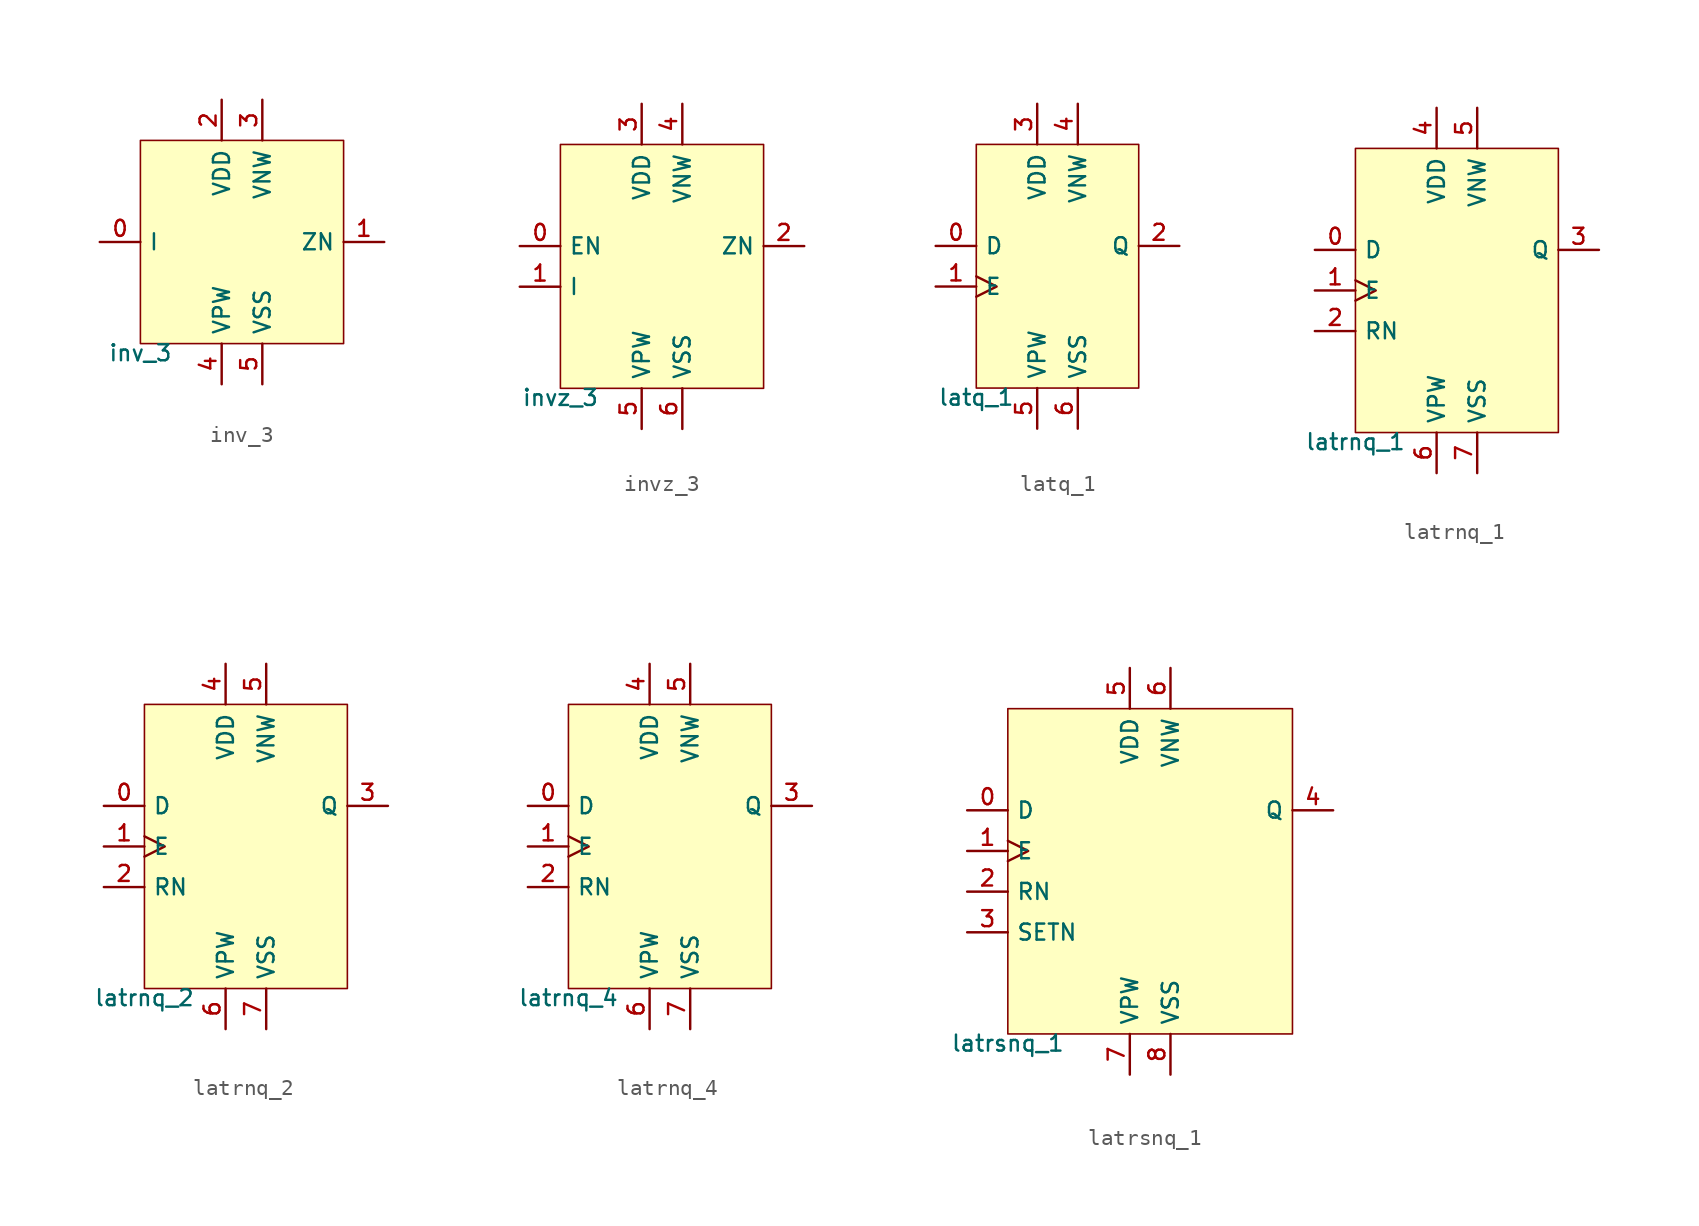
<source format=kicad_sym>
(kicad_symbol_lib
  (version 20211014)
  (generator pdk2kicad)
  (symbol "inv_3"
    (property "Reference" "X"
      (at 0 0 0)
      (effects (font (size 1 1)) hide))
    (property "Value" "inv_3"
      (at -6.35 -6.35 0)
      (effects (font (size 1 1)) (justify top)))
    (rectangle
      (start -6.35 -6.35)
      (end 6.35 6.35)
      (stroke (width 0.1) (type solid) (color 0 0 0 0))
      (fill (type background)))
    (pin input line
      (at -8.89 -4.440892098500626e-16 0)
      (length 2.54)
      (name "I" (effects (font (size 1 1)) hide))
      (number "0" (effects (font (size 1 1)) hide)))
    (pin output line
      (at 8.89 -4.440892098500626e-16 180)
      (length 2.54)
      (name "ZN" (effects (font (size 1 1)) hide))
      (number "1" (effects (font (size 1 1)) hide)))
    (pin power_in line
      (at -1.27 8.89 270)
      (length 2.54)
      (name "VDD" (effects (font (size 1 1)) hide))
      (number "2" (effects (font (size 1 1)) hide)))
    (pin power_in line
      (at 1.27 8.89 270)
      (length 2.54)
      (name "VNW" (effects (font (size 1 1)) hide))
      (number "3" (effects (font (size 1 1)) hide)))
    (pin power_in line
      (at -1.27 -8.89 90)
      (length 2.54)
      (name "VPW" (effects (font (size 1 1)) hide))
      (number "4" (effects (font (size 1 1)) hide)))
    (pin power_in line
      (at 1.27 -8.89 90)
      (length 2.54)
      (name "VSS" (effects (font (size 1 1)) hide))
      (number "5" (effects (font (size 1 1)) hide))))
  (symbol "invz_3"
    (property "Reference" "X"
      (at 0 0 0)
      (effects (font (size 1 1)) hide))
    (property "Value" "invz_3"
      (at -6.35 -7.62 0)
      (effects (font (size 1 1)) (justify top)))
    (rectangle
      (start -6.35 -7.62)
      (end 6.35 7.62)
      (stroke (width 0.1) (type solid) (color 0 0 0 0))
      (fill (type background)))
    (pin input line
      (at -8.89 1.27 0)
      (length 2.54)
      (name "EN" (effects (font (size 1 1)) hide))
      (number "0" (effects (font (size 1 1)) hide)))
    (pin input line
      (at -8.89 -1.27 0)
      (length 2.54)
      (name "I" (effects (font (size 1 1)) hide))
      (number "1" (effects (font (size 1 1)) hide)))
    (pin output line
      (at 8.89 1.27 180)
      (length 2.54)
      (name "ZN" (effects (font (size 1 1)) hide))
      (number "2" (effects (font (size 1 1)) hide)))
    (pin power_in line
      (at -1.27 10.16 270)
      (length 2.54)
      (name "VDD" (effects (font (size 1 1)) hide))
      (number "3" (effects (font (size 1 1)) hide)))
    (pin power_in line
      (at 1.27 10.16 270)
      (length 2.54)
      (name "VNW" (effects (font (size 1 1)) hide))
      (number "4" (effects (font (size 1 1)) hide)))
    (pin power_in line
      (at -1.27 -10.16 90)
      (length 2.54)
      (name "VPW" (effects (font (size 1 1)) hide))
      (number "5" (effects (font (size 1 1)) hide)))
    (pin power_in line
      (at 1.27 -10.16 90)
      (length 2.54)
      (name "VSS" (effects (font (size 1 1)) hide))
      (number "6" (effects (font (size 1 1)) hide))))
  (symbol "latq_1"
    (property "Reference" "X"
      (at 0 0 0)
      (effects (font (size 1 1)) hide))
    (property "Value" "latq_1"
      (at -5.08 -7.62 0)
      (effects (font (size 1 1)) (justify top)))
    (rectangle
      (start -5.08 -7.62)
      (end 5.08 7.62)
      (stroke (width 0.1) (type solid) (color 0 0 0 0))
      (fill (type background)))
    (pin input line
      (at -7.62 1.27 0)
      (length 2.54)
      (name "D" (effects (font (size 1 1)) hide))
      (number "0" (effects (font (size 1 1)) hide)))
    (pin input clock
      (at -7.62 -1.27 0)
      (length 2.54)
      (name "E" (effects (font (size 1 1)) hide))
      (number "1" (effects (font (size 1 1)) hide)))
    (pin output line
      (at 7.62 1.27 180)
      (length 2.54)
      (name "Q" (effects (font (size 1 1)) hide))
      (number "2" (effects (font (size 1 1)) hide)))
    (pin power_in line
      (at -1.27 10.16 270)
      (length 2.54)
      (name "VDD" (effects (font (size 1 1)) hide))
      (number "3" (effects (font (size 1 1)) hide)))
    (pin power_in line
      (at 1.27 10.16 270)
      (length 2.54)
      (name "VNW" (effects (font (size 1 1)) hide))
      (number "4" (effects (font (size 1 1)) hide)))
    (pin power_in line
      (at -1.27 -10.16 90)
      (length 2.54)
      (name "VPW" (effects (font (size 1 1)) hide))
      (number "5" (effects (font (size 1 1)) hide)))
    (pin power_in line
      (at 1.27 -10.16 90)
      (length 2.54)
      (name "VSS" (effects (font (size 1 1)) hide))
      (number "6" (effects (font (size 1 1)) hide))))
  (symbol "latrnq_1"
    (property "Reference" "X"
      (at 0 0 0)
      (effects (font (size 1 1)) hide))
    (property "Value" "latrnq_1"
      (at -6.35 -8.89 0)
      (effects (font (size 1 1)) (justify top)))
    (rectangle
      (start -6.35 -8.89)
      (end 6.35 8.89)
      (stroke (width 0.1) (type solid) (color 0 0 0 0))
      (fill (type background)))
    (pin input line
      (at -8.89 2.54 0)
      (length 2.54)
      (name "D" (effects (font (size 1 1)) hide))
      (number "0" (effects (font (size 1 1)) hide)))
    (pin input clock
      (at -8.89 4.440892098500626e-16 0)
      (length 2.54)
      (name "E" (effects (font (size 1 1)) hide))
      (number "1" (effects (font (size 1 1)) hide)))
    (pin input line
      (at -8.89 -2.54 0)
      (length 2.54)
      (name "RN" (effects (font (size 1 1)) hide))
      (number "2" (effects (font (size 1 1)) hide)))
    (pin output line
      (at 8.89 2.54 180)
      (length 2.54)
      (name "Q" (effects (font (size 1 1)) hide))
      (number "3" (effects (font (size 1 1)) hide)))
    (pin power_in line
      (at -1.27 11.43 270)
      (length 2.54)
      (name "VDD" (effects (font (size 1 1)) hide))
      (number "4" (effects (font (size 1 1)) hide)))
    (pin power_in line
      (at 1.27 11.43 270)
      (length 2.54)
      (name "VNW" (effects (font (size 1 1)) hide))
      (number "5" (effects (font (size 1 1)) hide)))
    (pin power_in line
      (at -1.27 -11.43 90)
      (length 2.54)
      (name "VPW" (effects (font (size 1 1)) hide))
      (number "6" (effects (font (size 1 1)) hide)))
    (pin power_in line
      (at 1.27 -11.43 90)
      (length 2.54)
      (name "VSS" (effects (font (size 1 1)) hide))
      (number "7" (effects (font (size 1 1)) hide))))
  (symbol "latrnq_2"
    (property "Reference" "X"
      (at 0 0 0)
      (effects (font (size 1 1)) hide))
    (property "Value" "latrnq_2"
      (at -6.35 -8.89 0)
      (effects (font (size 1 1)) (justify top)))
    (rectangle
      (start -6.35 -8.89)
      (end 6.35 8.89)
      (stroke (width 0.1) (type solid) (color 0 0 0 0))
      (fill (type background)))
    (pin input line
      (at -8.89 2.54 0)
      (length 2.54)
      (name "D" (effects (font (size 1 1)) hide))
      (number "0" (effects (font (size 1 1)) hide)))
    (pin input clock
      (at -8.89 4.440892098500626e-16 0)
      (length 2.54)
      (name "E" (effects (font (size 1 1)) hide))
      (number "1" (effects (font (size 1 1)) hide)))
    (pin input line
      (at -8.89 -2.54 0)
      (length 2.54)
      (name "RN" (effects (font (size 1 1)) hide))
      (number "2" (effects (font (size 1 1)) hide)))
    (pin output line
      (at 8.89 2.54 180)
      (length 2.54)
      (name "Q" (effects (font (size 1 1)) hide))
      (number "3" (effects (font (size 1 1)) hide)))
    (pin power_in line
      (at -1.27 11.43 270)
      (length 2.54)
      (name "VDD" (effects (font (size 1 1)) hide))
      (number "4" (effects (font (size 1 1)) hide)))
    (pin power_in line
      (at 1.27 11.43 270)
      (length 2.54)
      (name "VNW" (effects (font (size 1 1)) hide))
      (number "5" (effects (font (size 1 1)) hide)))
    (pin power_in line
      (at -1.27 -11.43 90)
      (length 2.54)
      (name "VPW" (effects (font (size 1 1)) hide))
      (number "6" (effects (font (size 1 1)) hide)))
    (pin power_in line
      (at 1.27 -11.43 90)
      (length 2.54)
      (name "VSS" (effects (font (size 1 1)) hide))
      (number "7" (effects (font (size 1 1)) hide))))
  (symbol "latrnq_4"
    (property "Reference" "X"
      (at 0 0 0)
      (effects (font (size 1 1)) hide))
    (property "Value" "latrnq_4"
      (at -6.35 -8.89 0)
      (effects (font (size 1 1)) (justify top)))
    (rectangle
      (start -6.35 -8.89)
      (end 6.35 8.89)
      (stroke (width 0.1) (type solid) (color 0 0 0 0))
      (fill (type background)))
    (pin input line
      (at -8.89 2.54 0)
      (length 2.54)
      (name "D" (effects (font (size 1 1)) hide))
      (number "0" (effects (font (size 1 1)) hide)))
    (pin input clock
      (at -8.89 4.440892098500626e-16 0)
      (length 2.54)
      (name "E" (effects (font (size 1 1)) hide))
      (number "1" (effects (font (size 1 1)) hide)))
    (pin input line
      (at -8.89 -2.54 0)
      (length 2.54)
      (name "RN" (effects (font (size 1 1)) hide))
      (number "2" (effects (font (size 1 1)) hide)))
    (pin output line
      (at 8.89 2.54 180)
      (length 2.54)
      (name "Q" (effects (font (size 1 1)) hide))
      (number "3" (effects (font (size 1 1)) hide)))
    (pin power_in line
      (at -1.27 11.43 270)
      (length 2.54)
      (name "VDD" (effects (font (size 1 1)) hide))
      (number "4" (effects (font (size 1 1)) hide)))
    (pin power_in line
      (at 1.27 11.43 270)
      (length 2.54)
      (name "VNW" (effects (font (size 1 1)) hide))
      (number "5" (effects (font (size 1 1)) hide)))
    (pin power_in line
      (at -1.27 -11.43 90)
      (length 2.54)
      (name "VPW" (effects (font (size 1 1)) hide))
      (number "6" (effects (font (size 1 1)) hide)))
    (pin power_in line
      (at 1.27 -11.43 90)
      (length 2.54)
      (name "VSS" (effects (font (size 1 1)) hide))
      (number "7" (effects (font (size 1 1)) hide))))
  (symbol "latrsnq_1"
    (property "Reference" "X"
      (at 0 0 0)
      (effects (font (size 1 1)) hide))
    (property "Value" "latrsnq_1"
      (at -8.89 -10.16 0)
      (effects (font (size 1 1)) (justify top)))
    (rectangle
      (start -8.89 -10.16)
      (end 8.89 10.16)
      (stroke (width 0.1) (type solid) (color 0 0 0 0))
      (fill (type background)))
    (pin input line
      (at -11.43 3.81 0)
      (length 2.54)
      (name "D" (effects (font (size 1 1)) hide))
      (number "0" (effects (font (size 1 1)) hide)))
    (pin input clock
      (at -11.43 1.27 0)
      (length 2.54)
      (name "E" (effects (font (size 1 1)) hide))
      (number "1" (effects (font (size 1 1)) hide)))
    (pin input line
      (at -11.43 -1.27 0)
      (length 2.54)
      (name "RN" (effects (font (size 1 1)) hide))
      (number "2" (effects (font (size 1 1)) hide)))
    (pin input line
      (at -11.43 -3.81 0)
      (length 2.54)
      (name "SETN" (effects (font (size 1 1)) hide))
      (number "3" (effects (font (size 1 1)) hide)))
    (pin output line
      (at 11.43 3.81 180)
      (length 2.54)
      (name "Q" (effects (font (size 1 1)) hide))
      (number "4" (effects (font (size 1 1)) hide)))
    (pin power_in line
      (at -1.27 12.7 270)
      (length 2.54)
      (name "VDD" (effects (font (size 1 1)) hide))
      (number "5" (effects (font (size 1 1)) hide)))
    (pin power_in line
      (at 1.27 12.7 270)
      (length 2.54)
      (name "VNW" (effects (font (size 1 1)) hide))
      (number "6" (effects (font (size 1 1)) hide)))
    (pin power_in line
      (at -1.27 -12.7 90)
      (length 2.54)
      (name "VPW" (effects (font (size 1 1)) hide))
      (number "7" (effects (font (size 1 1)) hide)))
    (pin power_in line
      (at 1.27 -12.7 90)
      (length 2.54)
      (name "VSS" (effects (font (size 1 1)) hide))
      (number "8" (effects (font (size 1 1)) hide)))))
</source>
